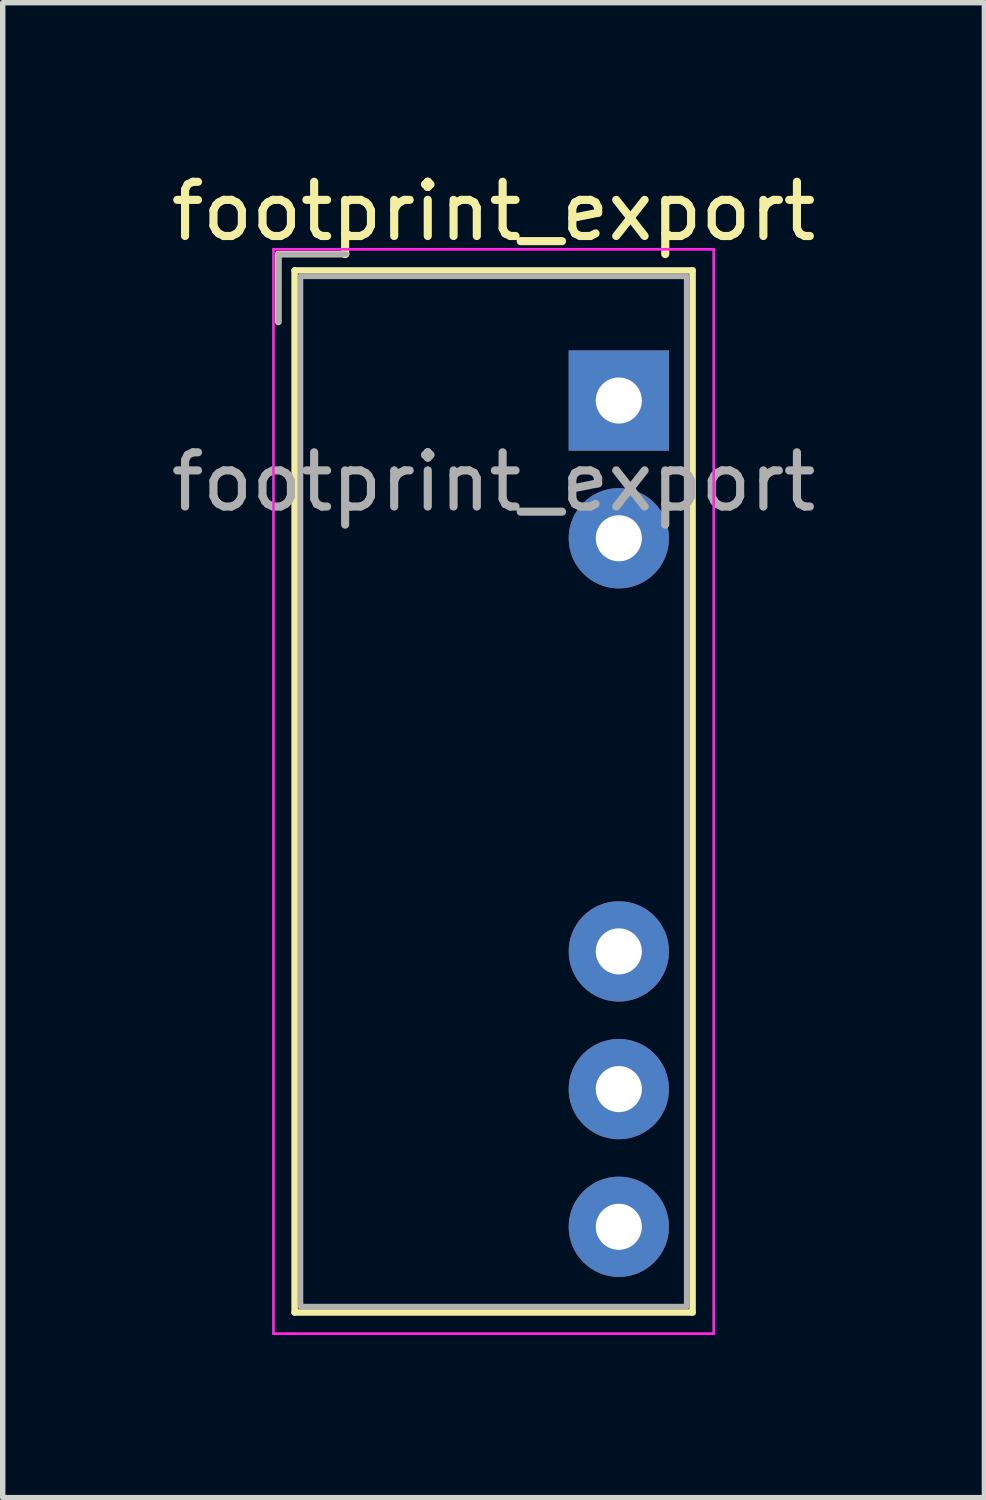
<source format=kicad_pcb>
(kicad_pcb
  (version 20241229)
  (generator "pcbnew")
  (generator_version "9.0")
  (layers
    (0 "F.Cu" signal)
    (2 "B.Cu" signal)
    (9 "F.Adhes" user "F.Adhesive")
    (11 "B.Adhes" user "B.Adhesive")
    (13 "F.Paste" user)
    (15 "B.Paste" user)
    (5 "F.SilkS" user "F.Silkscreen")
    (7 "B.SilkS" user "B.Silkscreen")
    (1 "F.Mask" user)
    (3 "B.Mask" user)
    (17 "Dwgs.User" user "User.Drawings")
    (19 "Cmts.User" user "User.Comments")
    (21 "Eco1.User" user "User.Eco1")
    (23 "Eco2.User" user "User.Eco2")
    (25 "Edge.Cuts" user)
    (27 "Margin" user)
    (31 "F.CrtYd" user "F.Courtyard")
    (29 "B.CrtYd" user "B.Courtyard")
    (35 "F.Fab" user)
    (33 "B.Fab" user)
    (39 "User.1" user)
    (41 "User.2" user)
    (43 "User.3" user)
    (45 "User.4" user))
  (footprint "footprint_export"
    (layer "F.Cu")
    (at 8.364 4.338)
    (property "Reference" "footprint_export" (at -2.31 -3.49 0) (layer "F.SilkS") (effects (font (size 1 1) (thickness 0.15))))
    (attr through_hole)
    (fp_line (start -6.28 -2.7) (end -6.28 -1.45) (stroke (width 0.12) (type solid)) (layer "F.SilkS"))
    (fp_line (start -5.98 -2.4) (end -5.98 16.82) (stroke (width 0.12) (type solid)) (layer "F.SilkS"))
    (fp_line (start -5.98 16.82) (end 1.36 16.82) (stroke (width 0.12) (type solid)) (layer "F.SilkS"))
    (fp_line (start -5.03 -2.7) (end -6.28 -2.7) (stroke (width 0.12) (type solid)) (layer "F.SilkS"))
    (fp_line (start 1.36 -2.4) (end -5.98 -2.4) (stroke (width 0.12) (type solid)) (layer "F.SilkS"))
    (fp_line (start 1.36 16.82) (end 1.36 -2.4) (stroke (width 0.12) (type solid)) (layer "F.SilkS"))
    (fp_line (start -6.37 -2.79) (end -6.37 17.21) (stroke (width 0.05) (type solid)) (layer "F.CrtYd"))
    (fp_line (start -6.37 17.21) (end 1.75 17.21) (stroke (width 0.05) (type solid)) (layer "F.CrtYd"))
    (fp_line (start 1.75 -2.79) (end -6.37 -2.79) (stroke (width 0.05) (type solid)) (layer "F.CrtYd"))
    (fp_line (start 1.75 17.21) (end 1.75 -2.79) (stroke (width 0.05) (type solid)) (layer "F.CrtYd"))
    (fp_line (start -6.28 -2.7) (end -6.28 -1.45) (stroke (width 0.1) (type solid)) (layer "F.Fab"))
    (fp_line (start -5.87 -2.29) (end -5.87 16.71) (stroke (width 0.1) (type solid)) (layer "F.Fab"))
    (fp_line (start -5.87 16.71) (end 1.25 16.71) (stroke (width 0.1) (type solid)) (layer "F.Fab"))
    (fp_line (start -5.03 -2.7) (end -6.28 -2.7) (stroke (width 0.1) (type solid)) (layer "F.Fab"))
    (fp_line (start 1.25 -2.29) (end -5.87 -2.29) (stroke (width 0.1) (type solid)) (layer "F.Fab"))
    (fp_line (start 1.25 16.71) (end 1.25 -2.29) (stroke (width 0.1) (type solid)) (layer "F.Fab"))
    (fp_text user "${REFERENCE}" (at -2.31 1.5 0) (layer "F.Fab") (effects (font (size 1 1) (thickness 0.15))))
    (pad "1" thru_hole rect (at 0 0) (size 1.85 1.85) (drill 0.85) (layers "*.Cu" "*.Mask"))
    (pad "2" thru_hole circle (at 0 2.54) (size 1.85 1.85) (drill 0.85) (layers "*.Cu" "*.Mask"))
    (pad "4" thru_hole circle (at 0 10.16) (size 1.85 1.85) (drill 0.85) (layers "*.Cu" "*.Mask"))
    (pad "5" thru_hole circle (at 0 12.7) (size 1.85 1.85) (drill 0.85) (layers "*.Cu" "*.Mask"))
    (pad "6" thru_hole circle (at 0 15.24) (size 1.85 1.85) (drill 0.85) (layers "*.Cu" "*.Mask")))
  (gr_rect
    (start -3 -3)
    (end 15.107 24.573)
    (stroke (width 0.1) (type default))
    (fill no)
    (layer "Edge.Cuts")))
</source>
